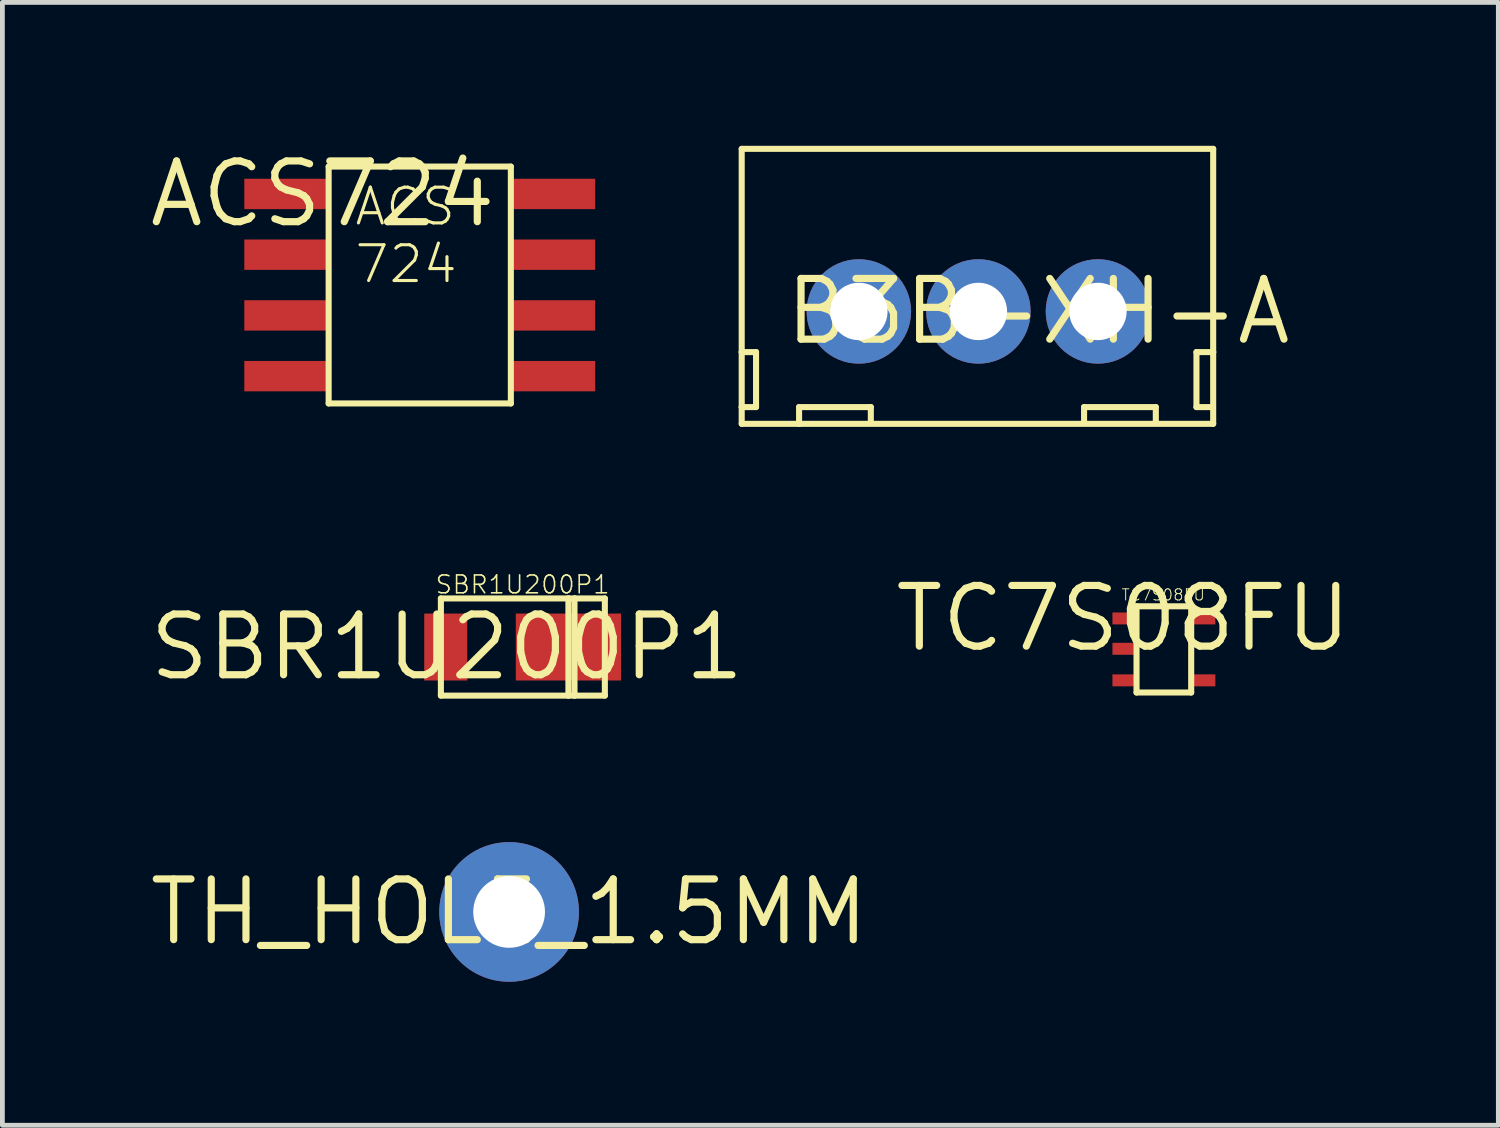
<source format=kicad_pcb>
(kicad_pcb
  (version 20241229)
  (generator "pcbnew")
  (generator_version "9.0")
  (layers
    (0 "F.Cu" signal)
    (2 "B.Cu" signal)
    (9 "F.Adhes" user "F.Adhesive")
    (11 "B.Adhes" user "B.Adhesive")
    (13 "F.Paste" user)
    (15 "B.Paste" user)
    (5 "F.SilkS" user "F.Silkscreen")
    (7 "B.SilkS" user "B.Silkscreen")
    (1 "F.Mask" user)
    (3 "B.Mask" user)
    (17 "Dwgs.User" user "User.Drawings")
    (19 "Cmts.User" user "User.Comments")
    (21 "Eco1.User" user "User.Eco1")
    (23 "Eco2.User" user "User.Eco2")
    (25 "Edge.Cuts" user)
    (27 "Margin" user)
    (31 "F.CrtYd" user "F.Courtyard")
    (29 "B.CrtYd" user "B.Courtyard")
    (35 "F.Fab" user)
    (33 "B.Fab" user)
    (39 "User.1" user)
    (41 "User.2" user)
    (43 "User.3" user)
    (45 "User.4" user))
  (footprint "TC7S08FU"
    (layer "F.Cu")
    (at 20.439 9.883)
    (property "Reference" "TC7S08FU" (at 0 0 0) (layer "F.SilkS") (effects (font (size 1.27 1.27) (thickness 0.15))))
    (fp_line (start 0.279 -0.254) (end 0.279 1.549) (stroke (width 0.127) (type solid)) (layer "F.SilkS"))
    (fp_line (start 0.279 1.549) (end 1.422 1.549) (stroke (width 0.127) (type solid)) (layer "F.SilkS"))
    (fp_line (start 1.422 -0.254) (end 0.279 -0.254) (stroke (width 0.127) (type solid)) (layer "F.SilkS"))
    (fp_line (start 1.422 1.549) (end 1.422 -0.254) (stroke (width 0.127) (type solid)) (layer "F.SilkS"))
    (fp_text user "TC7S08FU" (at -0.051 -0.356 0) (layer "F.SilkS") (effects (font (size 0.234 0.234) (thickness 0.02)) (justify left bottom)))
    (pad "GND" smd rect (at 0 1.295) (size 0.45 0.25) (layers "F.Cu" "F.Mask" "F.Paste"))
    (pad "INA" smd rect (at 0 0.635) (size 0.45 0.25) (layers "F.Cu" "F.Mask" "F.Paste"))
    (pad "INB" smd rect (at 0 0) (size 0.45 0.25) (layers "F.Cu" "F.Mask" "F.Paste"))
    (pad "OUT" smd rect (at 1.702 1.295) (size 0.45 0.25) (layers "F.Cu" "F.Mask" "F.Paste"))
    (pad "VCC" smd rect (at 1.702 0) (size 0.45 0.25) (layers "F.Cu" "F.Mask" "F.Paste")))
  (footprint "ACS724"
    (layer "F.Cu")
    (at 3.696 1.006)
    (property "Reference" "ACS724" (at 0 0 0) (layer "F.SilkS") (effects (font (size 1.27 1.27) (thickness 0.15))))
    (fp_line (start 0.127 -0.572) (end 3.937 -0.572) (stroke (width 0.127) (type solid)) (layer "F.SilkS"))
    (fp_line (start 0.127 4.381) (end 0.127 -0.572) (stroke (width 0.127) (type solid)) (layer "F.SilkS"))
    (fp_line (start 3.937 -0.572) (end 3.937 4.381) (stroke (width 0.127) (type solid)) (layer "F.SilkS"))
    (fp_line (start 3.937 4.381) (end 0.127 4.381) (stroke (width 0.127) (type solid)) (layer "F.SilkS"))
    (fp_text user "ACS\n724" (at 0.635 1.905 0) (layer "F.SilkS") (effects (font (size 0.748 0.748) (thickness 0.065)) (justify left bottom)))
    (pad "FLT" smd rect (at 4.826 2.54) (size 1.75 0.635) (layers "F.Cu" "F.Mask" "F.Paste"))
    (pad "GND" smd rect (at 4.826 3.81) (size 1.75 0.635) (layers "F.Cu" "F.Mask" "F.Paste"))
    (pad "IP1+" smd rect (at -0.762 0) (size 1.75 0.635) (layers "F.Cu" "F.Mask" "F.Paste"))
    (pad "IP1-" smd rect (at -0.762 2.54) (size 1.75 0.635) (layers "F.Cu" "F.Mask" "F.Paste"))
    (pad "IP2+" smd rect (at -0.762 1.27) (size 1.75 0.635) (layers "F.Cu" "F.Mask" "F.Paste"))
    (pad "IP2-" smd rect (at -0.762 3.81) (size 1.75 0.635) (layers "F.Cu" "F.Mask" "F.Paste"))
    (pad "VCC" smd rect (at 4.826 0) (size 1.75 0.635) (layers "F.Cu" "F.Mask" "F.Paste"))
    (pad "VO" smd rect (at 4.826 1.27) (size 1.75 0.635) (layers "F.Cu" "F.Mask" "F.Paste")))
  (footprint "TH_HOLE_1.5MM"
    (layer "F.Cu")
    (at 7.597 16.021)
    (property "Reference" "TH_HOLE_1.5MM" (at 0 0 0) (layer "F.SilkS") (effects (font (size 1.27 1.27) (thickness 0.15))))
    (pad "P$1" thru_hole circle (at 0 0) (size 2.921 2.921) (drill 1.5) (layers "*.Cu" "*.Mask")))
  (footprint "SBR1U200P1"
    (layer "F.Cu")
    (at 6.297 10.481)
    (property "Reference" "SBR1U200P1" (at 0 0 0) (layer "F.SilkS") (effects (font (size 1.27 1.27) (thickness 0.15))))
    (fp_line (start -0.127 -1.016) (end -0.127 1.016) (stroke (width 0.127) (type solid)) (layer "F.SilkS"))
    (fp_line (start -0.127 1.016) (end 2.54 1.016) (stroke (width 0.127) (type solid)) (layer "F.SilkS"))
    (fp_line (start 2.54 -1.016) (end -0.127 -1.016) (stroke (width 0.127) (type solid)) (layer "F.SilkS"))
    (fp_line (start 2.54 -1.016) (end 2.54 1.016) (stroke (width 0.127) (type solid)) (layer "F.SilkS"))
    (fp_line (start 2.54 1.016) (end 2.667 1.016) (stroke (width 0.127) (type solid)) (layer "F.SilkS"))
    (fp_line (start 2.667 -1.016) (end 2.54 -1.016) (stroke (width 0.127) (type solid)) (layer "F.SilkS"))
    (fp_line (start 2.667 -1.016) (end 2.667 1.016) (stroke (width 0.127) (type solid)) (layer "F.SilkS"))
    (fp_line (start 2.667 1.016) (end 3.302 1.016) (stroke (width 0.127) (type solid)) (layer "F.SilkS"))
    (fp_line (start 3.302 -1.016) (end 2.667 -1.016) (stroke (width 0.127) (type solid)) (layer "F.SilkS"))
    (fp_line (start 3.302 1.016) (end 3.302 -1.016) (stroke (width 0.127) (type solid)) (layer "F.SilkS"))
    (fp_text user "SBR1U200P1" (at 3.429 -1.524 0) (layer "F.SilkS") (effects (font (size 0.374 0.374) (thickness 0.033)) (justify right top)))
    (pad "A" smd rect (at -0.025 0 180) (size 0.9 1.4) (layers "F.Cu" "F.Mask" "F.Paste"))
    (pad "K" smd rect (at 2.54 0 180) (size 2.2 1.4) (layers "F.Cu" "F.Mask" "F.Paste")))
  (footprint "B3B-XH-A"
    (layer "F.Cu")
    (at 18.661 3.463)
    (property "Reference" "B3B-XH-A" (at 0 0 0) (layer "F.SilkS") (effects (font (size 1.27 1.27) (thickness 0.15))))
    (fp_line (start -6.2 -3.4) (end 3.66 -3.4) (stroke (width 0.127) (type solid)) (layer "F.SilkS"))
    (fp_line (start -6.2 0.85) (end -6.2 -3.4) (stroke (width 0.127) (type solid)) (layer "F.SilkS"))
    (fp_line (start -6.2 0.85) (end -5.9 0.85) (stroke (width 0.127) (type solid)) (layer "F.SilkS"))
    (fp_line (start -6.2 2) (end -6.2 0.85) (stroke (width 0.127) (type solid)) (layer "F.SilkS"))
    (fp_line (start -6.2 2.35) (end -6.2 2) (stroke (width 0.127) (type solid)) (layer "F.SilkS"))
    (fp_line (start -6.2 2.35) (end -5 2.35) (stroke (width 0.127) (type solid)) (layer "F.SilkS"))
    (fp_line (start -5.9 0.85) (end -5.9 2) (stroke (width 0.127) (type solid)) (layer "F.SilkS"))
    (fp_line (start -5.9 2) (end -6.2 2) (stroke (width 0.127) (type solid)) (layer "F.SilkS"))
    (fp_line (start -5 2) (end -3.5 2) (stroke (width 0.127) (type solid)) (layer "F.SilkS"))
    (fp_line (start -5 2.35) (end -5 2) (stroke (width 0.127) (type solid)) (layer "F.SilkS"))
    (fp_line (start -5 2.35) (end 3.66 2.35) (stroke (width 0.127) (type solid)) (layer "F.SilkS"))
    (fp_line (start -3.5 2) (end -3.5 2.3) (stroke (width 0.127) (type solid)) (layer "F.SilkS"))
    (fp_line (start 0.96 2) (end 2.46 2) (stroke (width 0.127) (type solid)) (layer "F.SilkS"))
    (fp_line (start 0.96 2.3) (end 0.96 2) (stroke (width 0.127) (type solid)) (layer "F.SilkS"))
    (fp_line (start 2.46 2) (end 2.46 2.3) (stroke (width 0.127) (type solid)) (layer "F.SilkS"))
    (fp_line (start 3.31 0.85) (end 3.31 2) (stroke (width 0.127) (type solid)) (layer "F.SilkS"))
    (fp_line (start 3.31 2) (end 3.61 2) (stroke (width 0.127) (type solid)) (layer "F.SilkS"))
    (fp_line (start 3.66 -3.4) (end 3.66 0.85) (stroke (width 0.127) (type solid)) (layer "F.SilkS"))
    (fp_line (start 3.66 0.85) (end 3.31 0.85) (stroke (width 0.127) (type solid)) (layer "F.SilkS"))
    (fp_line (start 3.66 0.85) (end 3.66 2.35) (stroke (width 0.127) (type solid)) (layer "F.SilkS"))
    (pad "1" thru_hole circle (at -3.75 0 90) (size 2.184 2.184) (drill 1.2) (layers "*.Cu" "*.Mask"))
    (pad "2" thru_hole circle (at -1.25 0 90) (size 2.184 2.184) (drill 1.2) (layers "*.Cu" "*.Mask"))
    (pad "3" thru_hole circle (at 1.25 0 90) (size 2.184 2.184) (drill 1.2) (layers "*.Cu" "*.Mask")))
  (gr_rect
    (start -3 -3)
    (end 28.284 20.482)
    (stroke (width 0.1) (type default))
    (fill no)
    (layer "Edge.Cuts")))
</source>
